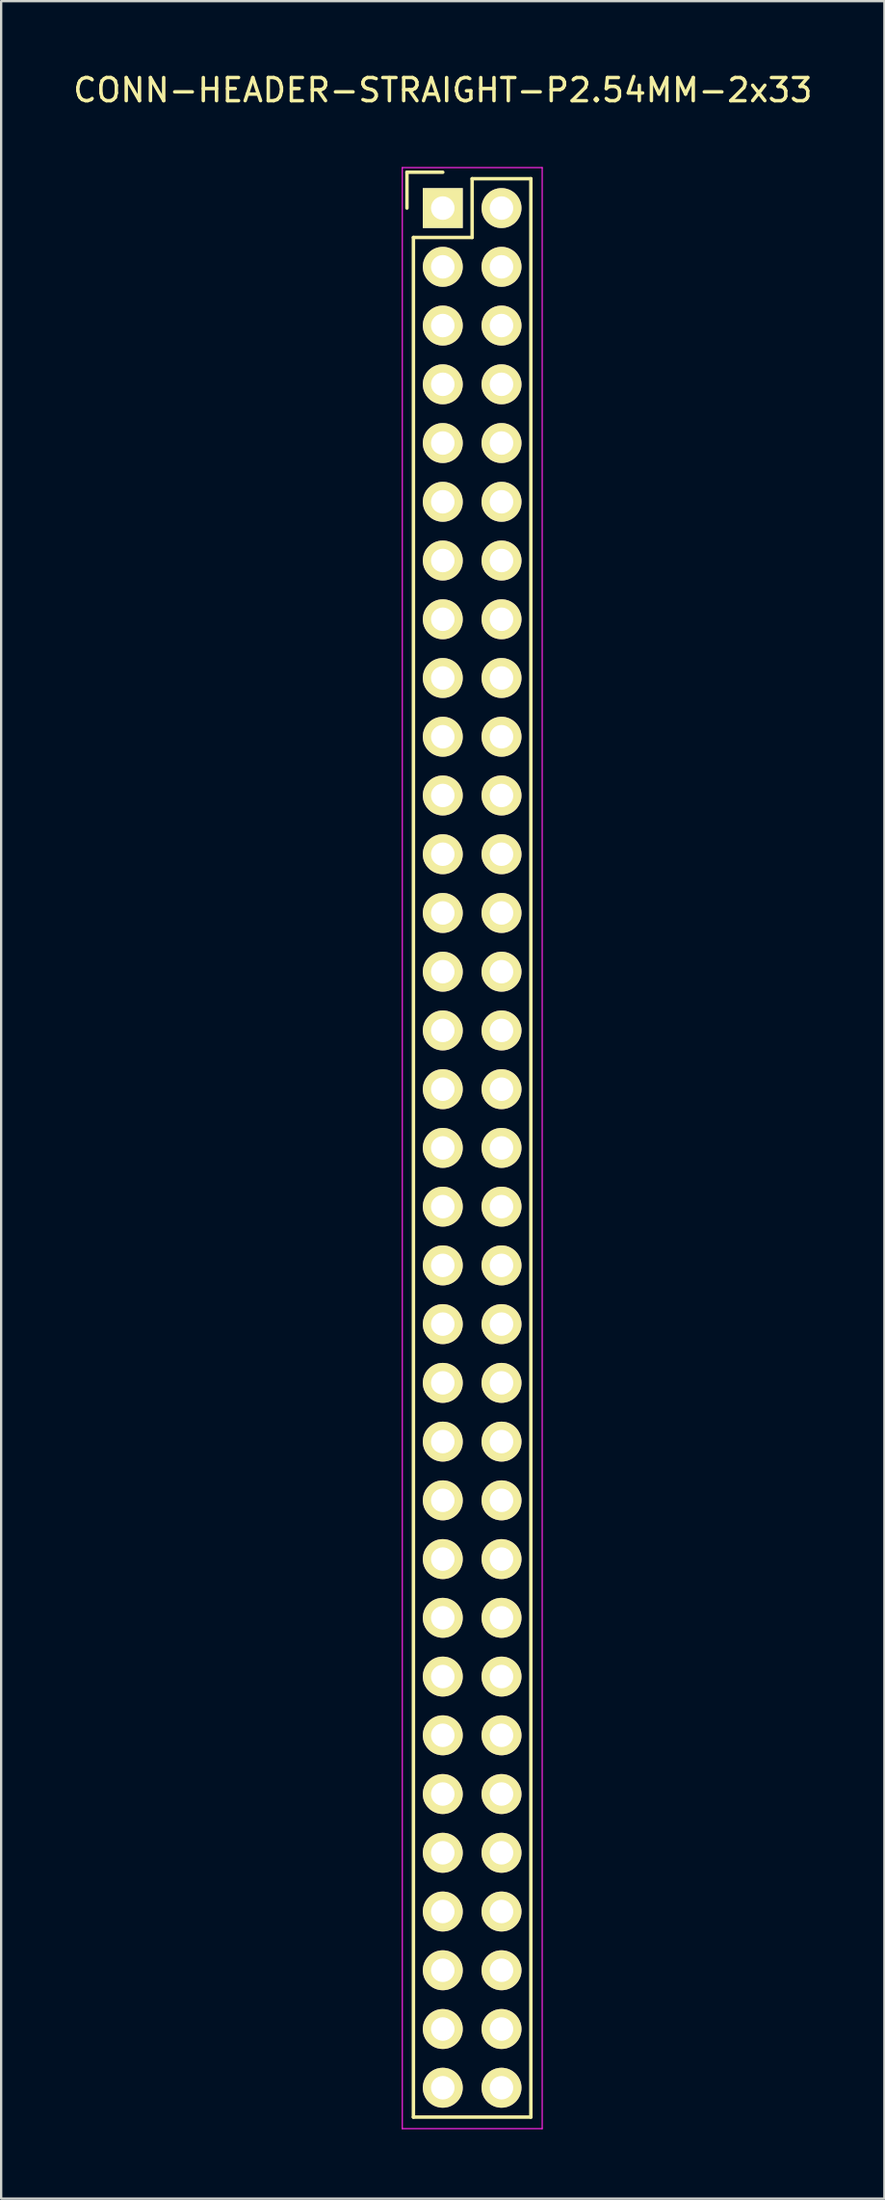
<source format=kicad_pcb>
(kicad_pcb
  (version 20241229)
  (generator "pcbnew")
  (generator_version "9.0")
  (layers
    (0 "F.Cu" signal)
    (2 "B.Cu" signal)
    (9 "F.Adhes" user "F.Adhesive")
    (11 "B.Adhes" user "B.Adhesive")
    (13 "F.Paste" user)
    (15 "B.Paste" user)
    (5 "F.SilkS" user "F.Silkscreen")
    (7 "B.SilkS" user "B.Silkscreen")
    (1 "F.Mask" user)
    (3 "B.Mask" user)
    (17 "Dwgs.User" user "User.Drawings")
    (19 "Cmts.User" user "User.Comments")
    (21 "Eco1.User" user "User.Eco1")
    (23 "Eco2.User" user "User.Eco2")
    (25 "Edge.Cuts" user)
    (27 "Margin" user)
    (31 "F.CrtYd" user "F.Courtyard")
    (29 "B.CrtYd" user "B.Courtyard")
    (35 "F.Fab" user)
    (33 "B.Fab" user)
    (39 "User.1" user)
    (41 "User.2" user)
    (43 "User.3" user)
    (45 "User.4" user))
  (footprint "CONN-HEADER-STRAIGHT-P2.54MM-2x33"
    (layer "F.Cu")
    (at 16.101 5.948)
    (property "Reference" "CONN-HEADER-STRAIGHT-P2.54MM-2x33" (at 0 -5.1 0) (layer "F.SilkS") (effects (font (size 1 1) (thickness 0.15))))
    (attr through_hole)
    (fp_line (start -1.55 -1.55) (end -1.55 0) (stroke (width 0.15) (type solid)) (layer "F.SilkS"))
    (fp_line (start -1.27 1.27) (end -1.27 82.55) (stroke (width 0.15) (type solid)) (layer "F.SilkS"))
    (fp_line (start 0 -1.55) (end -1.55 -1.55) (stroke (width 0.15) (type solid)) (layer "F.SilkS"))
    (fp_line (start 1.27 -1.27) (end 1.27 1.27) (stroke (width 0.15) (type solid)) (layer "F.SilkS"))
    (fp_line (start 1.27 1.27) (end -1.27 1.27) (stroke (width 0.15) (type solid)) (layer "F.SilkS"))
    (fp_line (start 3.81 -1.27) (end 1.27 -1.27) (stroke (width 0.15) (type solid)) (layer "F.SilkS"))
    (fp_line (start 3.81 82.55) (end -1.27 82.55) (stroke (width 0.15) (type solid)) (layer "F.SilkS"))
    (fp_line (start 3.81 82.55) (end 3.81 -1.27) (stroke (width 0.15) (type solid)) (layer "F.SilkS"))
    (fp_line (start -1.75 -1.75) (end -1.75 83.05) (stroke (width 0.05) (type solid)) (layer "F.CrtYd"))
    (fp_line (start -1.75 -1.75) (end 4.3 -1.75) (stroke (width 0.05) (type solid)) (layer "F.CrtYd"))
    (fp_line (start -1.75 83.05) (end 4.3 83.05) (stroke (width 0.05) (type solid)) (layer "F.CrtYd"))
    (fp_line (start 4.3 -1.75) (end 4.3 83.05) (stroke (width 0.05) (type solid)) (layer "F.CrtYd"))
    (pad "1" thru_hole rect (at 0 0) (size 1.727 1.727) (drill 1.016) (layers "*.Cu" "*.Mask" "F.SilkS"))
    (pad "2" thru_hole oval (at 2.54 0) (size 1.727 1.727) (drill 1.016) (layers "*.Cu" "*.Mask" "F.SilkS"))
    (pad "3" thru_hole oval (at 0 2.54) (size 1.727 1.727) (drill 1.016) (layers "*.Cu" "*.Mask" "F.SilkS"))
    (pad "4" thru_hole oval (at 2.54 2.54) (size 1.727 1.727) (drill 1.016) (layers "*.Cu" "*.Mask" "F.SilkS"))
    (pad "5" thru_hole oval (at 0 5.08) (size 1.727 1.727) (drill 1.016) (layers "*.Cu" "*.Mask" "F.SilkS"))
    (pad "6" thru_hole oval (at 2.54 5.08) (size 1.727 1.727) (drill 1.016) (layers "*.Cu" "*.Mask" "F.SilkS"))
    (pad "7" thru_hole oval (at 0 7.62) (size 1.727 1.727) (drill 1.016) (layers "*.Cu" "*.Mask" "F.SilkS"))
    (pad "8" thru_hole oval (at 2.54 7.62) (size 1.727 1.727) (drill 1.016) (layers "*.Cu" "*.Mask" "F.SilkS"))
    (pad "9" thru_hole oval (at 0 10.16) (size 1.727 1.727) (drill 1.016) (layers "*.Cu" "*.Mask" "F.SilkS"))
    (pad "10" thru_hole oval (at 2.54 10.16) (size 1.727 1.727) (drill 1.016) (layers "*.Cu" "*.Mask" "F.SilkS"))
    (pad "11" thru_hole oval (at 0 12.7) (size 1.727 1.727) (drill 1.016) (layers "*.Cu" "*.Mask" "F.SilkS"))
    (pad "12" thru_hole oval (at 2.54 12.7) (size 1.727 1.727) (drill 1.016) (layers "*.Cu" "*.Mask" "F.SilkS"))
    (pad "13" thru_hole oval (at 0 15.24) (size 1.727 1.727) (drill 1.016) (layers "*.Cu" "*.Mask" "F.SilkS"))
    (pad "14" thru_hole oval (at 2.54 15.24) (size 1.727 1.727) (drill 1.016) (layers "*.Cu" "*.Mask" "F.SilkS"))
    (pad "15" thru_hole oval (at 0 17.78) (size 1.727 1.727) (drill 1.016) (layers "*.Cu" "*.Mask" "F.SilkS"))
    (pad "16" thru_hole oval (at 2.54 17.78) (size 1.727 1.727) (drill 1.016) (layers "*.Cu" "*.Mask" "F.SilkS"))
    (pad "17" thru_hole oval (at 0 20.32) (size 1.727 1.727) (drill 1.016) (layers "*.Cu" "*.Mask" "F.SilkS"))
    (pad "18" thru_hole oval (at 2.54 20.32) (size 1.727 1.727) (drill 1.016) (layers "*.Cu" "*.Mask" "F.SilkS"))
    (pad "19" thru_hole oval (at 0 22.86) (size 1.727 1.727) (drill 1.016) (layers "*.Cu" "*.Mask" "F.SilkS"))
    (pad "20" thru_hole oval (at 2.54 22.86) (size 1.727 1.727) (drill 1.016) (layers "*.Cu" "*.Mask" "F.SilkS"))
    (pad "21" thru_hole oval (at 0 25.4) (size 1.727 1.727) (drill 1.016) (layers "*.Cu" "*.Mask" "F.SilkS"))
    (pad "22" thru_hole oval (at 2.54 25.4) (size 1.727 1.727) (drill 1.016) (layers "*.Cu" "*.Mask" "F.SilkS"))
    (pad "23" thru_hole oval (at 0 27.94) (size 1.727 1.727) (drill 1.016) (layers "*.Cu" "*.Mask" "F.SilkS"))
    (pad "24" thru_hole oval (at 2.54 27.94) (size 1.727 1.727) (drill 1.016) (layers "*.Cu" "*.Mask" "F.SilkS"))
    (pad "25" thru_hole oval (at 0 30.48) (size 1.727 1.727) (drill 1.016) (layers "*.Cu" "*.Mask" "F.SilkS"))
    (pad "26" thru_hole oval (at 2.54 30.48) (size 1.727 1.727) (drill 1.016) (layers "*.Cu" "*.Mask" "F.SilkS"))
    (pad "27" thru_hole oval (at 0 33.02) (size 1.727 1.727) (drill 1.016) (layers "*.Cu" "*.Mask" "F.SilkS"))
    (pad "28" thru_hole oval (at 2.54 33.02) (size 1.727 1.727) (drill 1.016) (layers "*.Cu" "*.Mask" "F.SilkS"))
    (pad "29" thru_hole oval (at 0 35.56) (size 1.727 1.727) (drill 1.016) (layers "*.Cu" "*.Mask" "F.SilkS"))
    (pad "30" thru_hole oval (at 2.54 35.56) (size 1.727 1.727) (drill 1.016) (layers "*.Cu" "*.Mask" "F.SilkS"))
    (pad "31" thru_hole oval (at 0 38.1) (size 1.727 1.727) (drill 1.016) (layers "*.Cu" "*.Mask" "F.SilkS"))
    (pad "32" thru_hole oval (at 2.54 38.1) (size 1.727 1.727) (drill 1.016) (layers "*.Cu" "*.Mask" "F.SilkS"))
    (pad "33" thru_hole oval (at 0 40.64) (size 1.727 1.727) (drill 1.016) (layers "*.Cu" "*.Mask" "F.SilkS"))
    (pad "34" thru_hole oval (at 2.54 40.64) (size 1.727 1.727) (drill 1.016) (layers "*.Cu" "*.Mask" "F.SilkS"))
    (pad "35" thru_hole oval (at 0 43.18) (size 1.727 1.727) (drill 1.016) (layers "*.Cu" "*.Mask" "F.SilkS"))
    (pad "36" thru_hole oval (at 2.54 43.18) (size 1.727 1.727) (drill 1.016) (layers "*.Cu" "*.Mask" "F.SilkS"))
    (pad "37" thru_hole oval (at 0 45.72) (size 1.727 1.727) (drill 1.016) (layers "*.Cu" "*.Mask" "F.SilkS"))
    (pad "38" thru_hole oval (at 2.54 45.72) (size 1.727 1.727) (drill 1.016) (layers "*.Cu" "*.Mask" "F.SilkS"))
    (pad "39" thru_hole oval (at 0 48.26) (size 1.727 1.727) (drill 1.016) (layers "*.Cu" "*.Mask" "F.SilkS"))
    (pad "40" thru_hole oval (at 2.54 48.26) (size 1.727 1.727) (drill 1.016) (layers "*.Cu" "*.Mask" "F.SilkS"))
    (pad "41" thru_hole oval (at 0 50.8) (size 1.727 1.727) (drill 1.016) (layers "*.Cu" "*.Mask" "F.SilkS"))
    (pad "42" thru_hole oval (at 2.54 50.8) (size 1.727 1.727) (drill 1.016) (layers "*.Cu" "*.Mask" "F.SilkS"))
    (pad "43" thru_hole oval (at 0 53.34) (size 1.727 1.727) (drill 1.016) (layers "*.Cu" "*.Mask" "F.SilkS"))
    (pad "44" thru_hole oval (at 2.54 53.34) (size 1.727 1.727) (drill 1.016) (layers "*.Cu" "*.Mask" "F.SilkS"))
    (pad "45" thru_hole oval (at 0 55.88) (size 1.727 1.727) (drill 1.016) (layers "*.Cu" "*.Mask" "F.SilkS"))
    (pad "46" thru_hole oval (at 2.54 55.88) (size 1.727 1.727) (drill 1.016) (layers "*.Cu" "*.Mask" "F.SilkS"))
    (pad "47" thru_hole oval (at 0 58.42) (size 1.727 1.727) (drill 1.016) (layers "*.Cu" "*.Mask" "F.SilkS"))
    (pad "48" thru_hole oval (at 2.54 58.42) (size 1.727 1.727) (drill 1.016) (layers "*.Cu" "*.Mask" "F.SilkS"))
    (pad "49" thru_hole oval (at 0 60.96) (size 1.727 1.727) (drill 1.016) (layers "*.Cu" "*.Mask" "F.SilkS"))
    (pad "50" thru_hole oval (at 2.54 60.96) (size 1.727 1.727) (drill 1.016) (layers "*.Cu" "*.Mask" "F.SilkS"))
    (pad "51" thru_hole oval (at 0 63.5) (size 1.727 1.727) (drill 1.016) (layers "*.Cu" "*.Mask" "F.SilkS"))
    (pad "52" thru_hole oval (at 2.54 63.5) (size 1.727 1.727) (drill 1.016) (layers "*.Cu" "*.Mask" "F.SilkS"))
    (pad "53" thru_hole oval (at 0 66.04) (size 1.727 1.727) (drill 1.016) (layers "*.Cu" "*.Mask" "F.SilkS"))
    (pad "54" thru_hole oval (at 2.54 66.04) (size 1.727 1.727) (drill 1.016) (layers "*.Cu" "*.Mask" "F.SilkS"))
    (pad "55" thru_hole oval (at 0 68.58) (size 1.727 1.727) (drill 1.016) (layers "*.Cu" "*.Mask" "F.SilkS"))
    (pad "56" thru_hole oval (at 2.54 68.58) (size 1.727 1.727) (drill 1.016) (layers "*.Cu" "*.Mask" "F.SilkS"))
    (pad "57" thru_hole oval (at 0 71.12) (size 1.727 1.727) (drill 1.016) (layers "*.Cu" "*.Mask" "F.SilkS"))
    (pad "58" thru_hole oval (at 2.54 71.12) (size 1.727 1.727) (drill 1.016) (layers "*.Cu" "*.Mask" "F.SilkS"))
    (pad "59" thru_hole oval (at 0 73.66) (size 1.727 1.727) (drill 1.016) (layers "*.Cu" "*.Mask" "F.SilkS"))
    (pad "60" thru_hole oval (at 2.54 73.66) (size 1.727 1.727) (drill 1.016) (layers "*.Cu" "*.Mask" "F.SilkS"))
    (pad "61" thru_hole oval (at 0 76.2) (size 1.727 1.727) (drill 1.016) (layers "*.Cu" "*.Mask" "F.SilkS"))
    (pad "62" thru_hole oval (at 2.54 76.2) (size 1.727 1.727) (drill 1.016) (layers "*.Cu" "*.Mask" "F.SilkS"))
    (pad "63" thru_hole oval (at 0 78.74) (size 1.727 1.727) (drill 1.016) (layers "*.Cu" "*.Mask" "F.SilkS"))
    (pad "64" thru_hole oval (at 2.54 78.74) (size 1.727 1.727) (drill 1.016) (layers "*.Cu" "*.Mask" "F.SilkS"))
    (pad "65" thru_hole oval (at 0 81.28) (size 1.727 1.727) (drill 1.016) (layers "*.Cu" "*.Mask" "F.SilkS"))
    (pad "66" thru_hole oval (at 2.54 81.28) (size 1.727 1.727) (drill 1.016) (layers "*.Cu" "*.Mask" "F.SilkS")))
  (gr_rect
    (start -3 -3)
    (end 35.202 92.023)
    (stroke (width 0.1) (type default))
    (fill no)
    (layer "Edge.Cuts")))
</source>
